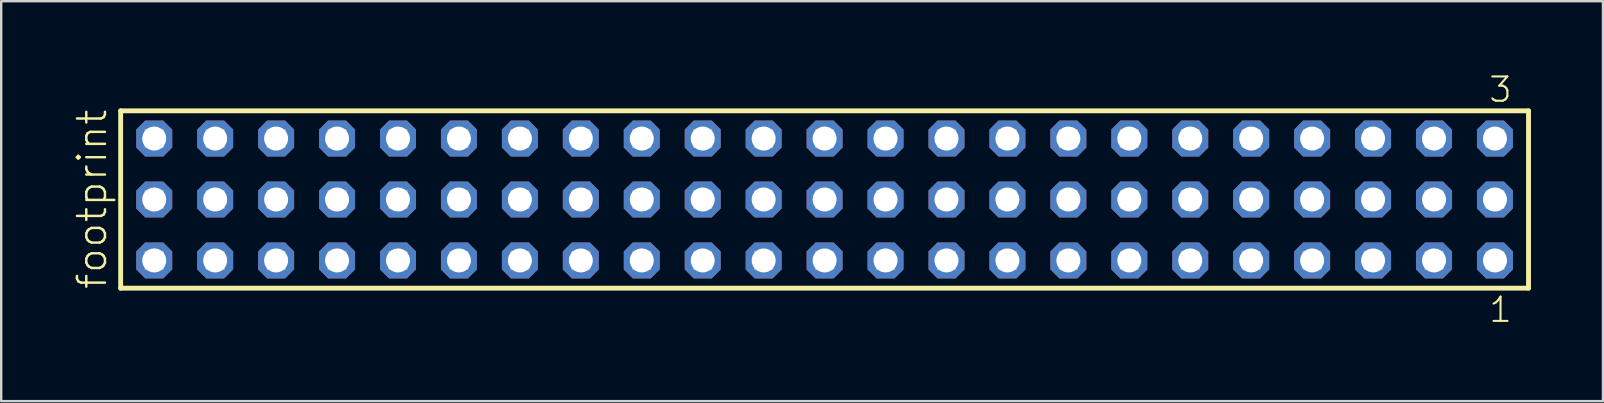
<source format=kicad_pcb>
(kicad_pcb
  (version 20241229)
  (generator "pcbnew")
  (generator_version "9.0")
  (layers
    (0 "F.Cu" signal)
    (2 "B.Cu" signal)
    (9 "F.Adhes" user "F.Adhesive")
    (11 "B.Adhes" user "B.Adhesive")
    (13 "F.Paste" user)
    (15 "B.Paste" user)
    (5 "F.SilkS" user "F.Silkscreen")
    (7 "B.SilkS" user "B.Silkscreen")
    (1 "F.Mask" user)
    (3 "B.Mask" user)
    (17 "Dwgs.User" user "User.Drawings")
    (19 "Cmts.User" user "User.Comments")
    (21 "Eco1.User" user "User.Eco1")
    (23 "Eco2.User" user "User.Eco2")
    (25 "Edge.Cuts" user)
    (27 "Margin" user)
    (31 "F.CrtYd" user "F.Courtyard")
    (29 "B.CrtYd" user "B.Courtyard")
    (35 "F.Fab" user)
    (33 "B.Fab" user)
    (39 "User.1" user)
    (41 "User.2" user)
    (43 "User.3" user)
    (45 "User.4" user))
  (footprint "footprint"
    (layer "F.Cu")
    (at 31.318 5.265)
    (property "Reference" "footprint" (at -29.845 3.81 90) (layer "F.SilkS") (effects (font (size 1.168 1.168) (thickness 0.102)) (justify left bottom)))
    (fp_line (start -29.339 -3.695) (end 29.339 -3.695) (stroke (width 0.203) (type solid)) (layer "F.SilkS"))
    (fp_line (start -29.339 3.695) (end -29.339 -3.695) (stroke (width 0.203) (type solid)) (layer "F.SilkS"))
    (fp_line (start 29.339 -3.695) (end 29.339 3.695) (stroke (width 0.203) (type solid)) (layer "F.SilkS"))
    (fp_line (start 29.339 3.695) (end -29.339 3.695) (stroke (width 0.203) (type solid)) (layer "F.SilkS"))
    (fp_poly (pts (xy -28.29 -2.19) (xy -27.59 -2.19) (xy -27.59 -2.89) (xy -28.29 -2.89)) (stroke (width 0.1) (type solid)) (fill no) (layer "F.Fab"))
    (fp_poly (pts (xy -28.29 0.35) (xy -27.59 0.35) (xy -27.59 -0.35) (xy -28.29 -0.35)) (stroke (width 0.1) (type solid)) (fill no) (layer "F.Fab"))
    (fp_poly (pts (xy -28.29 2.89) (xy -27.59 2.89) (xy -27.59 2.19) (xy -28.29 2.19)) (stroke (width 0.1) (type solid)) (fill no) (layer "F.Fab"))
    (fp_poly (pts (xy -25.75 -2.19) (xy -25.05 -2.19) (xy -25.05 -2.89) (xy -25.75 -2.89)) (stroke (width 0.1) (type solid)) (fill no) (layer "F.Fab"))
    (fp_poly (pts (xy -25.75 0.35) (xy -25.05 0.35) (xy -25.05 -0.35) (xy -25.75 -0.35)) (stroke (width 0.1) (type solid)) (fill no) (layer "F.Fab"))
    (fp_poly (pts (xy -25.75 2.89) (xy -25.05 2.89) (xy -25.05 2.19) (xy -25.75 2.19)) (stroke (width 0.1) (type solid)) (fill no) (layer "F.Fab"))
    (fp_poly (pts (xy -23.21 -2.19) (xy -22.51 -2.19) (xy -22.51 -2.89) (xy -23.21 -2.89)) (stroke (width 0.1) (type solid)) (fill no) (layer "F.Fab"))
    (fp_poly (pts (xy -23.21 0.35) (xy -22.51 0.35) (xy -22.51 -0.35) (xy -23.21 -0.35)) (stroke (width 0.1) (type solid)) (fill no) (layer "F.Fab"))
    (fp_poly (pts (xy -23.21 2.89) (xy -22.51 2.89) (xy -22.51 2.19) (xy -23.21 2.19)) (stroke (width 0.1) (type solid)) (fill no) (layer "F.Fab"))
    (fp_poly (pts (xy -20.67 -2.19) (xy -19.97 -2.19) (xy -19.97 -2.89) (xy -20.67 -2.89)) (stroke (width 0.1) (type solid)) (fill no) (layer "F.Fab"))
    (fp_poly (pts (xy -20.67 0.35) (xy -19.97 0.35) (xy -19.97 -0.35) (xy -20.67 -0.35)) (stroke (width 0.1) (type solid)) (fill no) (layer "F.Fab"))
    (fp_poly (pts (xy -20.67 2.89) (xy -19.97 2.89) (xy -19.97 2.19) (xy -20.67 2.19)) (stroke (width 0.1) (type solid)) (fill no) (layer "F.Fab"))
    (fp_poly (pts (xy -18.13 -2.19) (xy -17.43 -2.19) (xy -17.43 -2.89) (xy -18.13 -2.89)) (stroke (width 0.1) (type solid)) (fill no) (layer "F.Fab"))
    (fp_poly (pts (xy -18.13 0.35) (xy -17.43 0.35) (xy -17.43 -0.35) (xy -18.13 -0.35)) (stroke (width 0.1) (type solid)) (fill no) (layer "F.Fab"))
    (fp_poly (pts (xy -18.13 2.89) (xy -17.43 2.89) (xy -17.43 2.19) (xy -18.13 2.19)) (stroke (width 0.1) (type solid)) (fill no) (layer "F.Fab"))
    (fp_poly (pts (xy -15.59 -2.19) (xy -14.89 -2.19) (xy -14.89 -2.89) (xy -15.59 -2.89)) (stroke (width 0.1) (type solid)) (fill no) (layer "F.Fab"))
    (fp_poly (pts (xy -15.59 0.35) (xy -14.89 0.35) (xy -14.89 -0.35) (xy -15.59 -0.35)) (stroke (width 0.1) (type solid)) (fill no) (layer "F.Fab"))
    (fp_poly (pts (xy -15.59 2.89) (xy -14.89 2.89) (xy -14.89 2.19) (xy -15.59 2.19)) (stroke (width 0.1) (type solid)) (fill no) (layer "F.Fab"))
    (fp_poly (pts (xy -13.05 -2.19) (xy -12.35 -2.19) (xy -12.35 -2.89) (xy -13.05 -2.89)) (stroke (width 0.1) (type solid)) (fill no) (layer "F.Fab"))
    (fp_poly (pts (xy -13.05 0.35) (xy -12.35 0.35) (xy -12.35 -0.35) (xy -13.05 -0.35)) (stroke (width 0.1) (type solid)) (fill no) (layer "F.Fab"))
    (fp_poly (pts (xy -13.05 2.89) (xy -12.35 2.89) (xy -12.35 2.19) (xy -13.05 2.19)) (stroke (width 0.1) (type solid)) (fill no) (layer "F.Fab"))
    (fp_poly (pts (xy -10.51 -2.19) (xy -9.81 -2.19) (xy -9.81 -2.89) (xy -10.51 -2.89)) (stroke (width 0.1) (type solid)) (fill no) (layer "F.Fab"))
    (fp_poly (pts (xy -10.51 0.35) (xy -9.81 0.35) (xy -9.81 -0.35) (xy -10.51 -0.35)) (stroke (width 0.1) (type solid)) (fill no) (layer "F.Fab"))
    (fp_poly (pts (xy -10.51 2.89) (xy -9.81 2.89) (xy -9.81 2.19) (xy -10.51 2.19)) (stroke (width 0.1) (type solid)) (fill no) (layer "F.Fab"))
    (fp_poly (pts (xy -7.97 -2.19) (xy -7.27 -2.19) (xy -7.27 -2.89) (xy -7.97 -2.89)) (stroke (width 0.1) (type solid)) (fill no) (layer "F.Fab"))
    (fp_poly (pts (xy -7.97 0.35) (xy -7.27 0.35) (xy -7.27 -0.35) (xy -7.97 -0.35)) (stroke (width 0.1) (type solid)) (fill no) (layer "F.Fab"))
    (fp_poly (pts (xy -7.97 2.89) (xy -7.27 2.89) (xy -7.27 2.19) (xy -7.97 2.19)) (stroke (width 0.1) (type solid)) (fill no) (layer "F.Fab"))
    (fp_poly (pts (xy -5.43 -2.19) (xy -4.73 -2.19) (xy -4.73 -2.89) (xy -5.43 -2.89)) (stroke (width 0.1) (type solid)) (fill no) (layer "F.Fab"))
    (fp_poly (pts (xy -5.43 0.35) (xy -4.73 0.35) (xy -4.73 -0.35) (xy -5.43 -0.35)) (stroke (width 0.1) (type solid)) (fill no) (layer "F.Fab"))
    (fp_poly (pts (xy -5.43 2.89) (xy -4.73 2.89) (xy -4.73 2.19) (xy -5.43 2.19)) (stroke (width 0.1) (type solid)) (fill no) (layer "F.Fab"))
    (fp_poly (pts (xy -2.89 -2.19) (xy -2.19 -2.19) (xy -2.19 -2.89) (xy -2.89 -2.89)) (stroke (width 0.1) (type solid)) (fill no) (layer "F.Fab"))
    (fp_poly (pts (xy -2.89 0.35) (xy -2.19 0.35) (xy -2.19 -0.35) (xy -2.89 -0.35)) (stroke (width 0.1) (type solid)) (fill no) (layer "F.Fab"))
    (fp_poly (pts (xy -2.89 2.89) (xy -2.19 2.89) (xy -2.19 2.19) (xy -2.89 2.19)) (stroke (width 0.1) (type solid)) (fill no) (layer "F.Fab"))
    (fp_poly (pts (xy -0.35 -2.19) (xy 0.35 -2.19) (xy 0.35 -2.89) (xy -0.35 -2.89)) (stroke (width 0.1) (type solid)) (fill no) (layer "F.Fab"))
    (fp_poly (pts (xy -0.35 0.35) (xy 0.35 0.35) (xy 0.35 -0.35) (xy -0.35 -0.35)) (stroke (width 0.1) (type solid)) (fill no) (layer "F.Fab"))
    (fp_poly (pts (xy -0.35 2.89) (xy 0.35 2.89) (xy 0.35 2.19) (xy -0.35 2.19)) (stroke (width 0.1) (type solid)) (fill no) (layer "F.Fab"))
    (fp_poly (pts (xy 2.19 -2.19) (xy 2.89 -2.19) (xy 2.89 -2.89) (xy 2.19 -2.89)) (stroke (width 0.1) (type solid)) (fill no) (layer "F.Fab"))
    (fp_poly (pts (xy 2.19 0.35) (xy 2.89 0.35) (xy 2.89 -0.35) (xy 2.19 -0.35)) (stroke (width 0.1) (type solid)) (fill no) (layer "F.Fab"))
    (fp_poly (pts (xy 2.19 2.89) (xy 2.89 2.89) (xy 2.89 2.19) (xy 2.19 2.19)) (stroke (width 0.1) (type solid)) (fill no) (layer "F.Fab"))
    (fp_poly (pts (xy 4.73 -2.19) (xy 5.43 -2.19) (xy 5.43 -2.89) (xy 4.73 -2.89)) (stroke (width 0.1) (type solid)) (fill no) (layer "F.Fab"))
    (fp_poly (pts (xy 4.73 0.35) (xy 5.43 0.35) (xy 5.43 -0.35) (xy 4.73 -0.35)) (stroke (width 0.1) (type solid)) (fill no) (layer "F.Fab"))
    (fp_poly (pts (xy 4.73 2.89) (xy 5.43 2.89) (xy 5.43 2.19) (xy 4.73 2.19)) (stroke (width 0.1) (type solid)) (fill no) (layer "F.Fab"))
    (fp_poly (pts (xy 7.27 -2.19) (xy 7.97 -2.19) (xy 7.97 -2.89) (xy 7.27 -2.89)) (stroke (width 0.1) (type solid)) (fill no) (layer "F.Fab"))
    (fp_poly (pts (xy 7.27 0.35) (xy 7.97 0.35) (xy 7.97 -0.35) (xy 7.27 -0.35)) (stroke (width 0.1) (type solid)) (fill no) (layer "F.Fab"))
    (fp_poly (pts (xy 7.27 2.89) (xy 7.97 2.89) (xy 7.97 2.19) (xy 7.27 2.19)) (stroke (width 0.1) (type solid)) (fill no) (layer "F.Fab"))
    (fp_poly (pts (xy 9.81 -2.19) (xy 10.51 -2.19) (xy 10.51 -2.89) (xy 9.81 -2.89)) (stroke (width 0.1) (type solid)) (fill no) (layer "F.Fab"))
    (fp_poly (pts (xy 9.81 0.35) (xy 10.51 0.35) (xy 10.51 -0.35) (xy 9.81 -0.35)) (stroke (width 0.1) (type solid)) (fill no) (layer "F.Fab"))
    (fp_poly (pts (xy 9.81 2.89) (xy 10.51 2.89) (xy 10.51 2.19) (xy 9.81 2.19)) (stroke (width 0.1) (type solid)) (fill no) (layer "F.Fab"))
    (fp_poly (pts (xy 12.35 -2.19) (xy 13.05 -2.19) (xy 13.05 -2.89) (xy 12.35 -2.89)) (stroke (width 0.1) (type solid)) (fill no) (layer "F.Fab"))
    (fp_poly (pts (xy 12.35 0.35) (xy 13.05 0.35) (xy 13.05 -0.35) (xy 12.35 -0.35)) (stroke (width 0.1) (type solid)) (fill no) (layer "F.Fab"))
    (fp_poly (pts (xy 12.35 2.89) (xy 13.05 2.89) (xy 13.05 2.19) (xy 12.35 2.19)) (stroke (width 0.1) (type solid)) (fill no) (layer "F.Fab"))
    (fp_poly (pts (xy 14.89 -2.19) (xy 15.59 -2.19) (xy 15.59 -2.89) (xy 14.89 -2.89)) (stroke (width 0.1) (type solid)) (fill no) (layer "F.Fab"))
    (fp_poly (pts (xy 14.89 0.35) (xy 15.59 0.35) (xy 15.59 -0.35) (xy 14.89 -0.35)) (stroke (width 0.1) (type solid)) (fill no) (layer "F.Fab"))
    (fp_poly (pts (xy 14.89 2.89) (xy 15.59 2.89) (xy 15.59 2.19) (xy 14.89 2.19)) (stroke (width 0.1) (type solid)) (fill no) (layer "F.Fab"))
    (fp_poly (pts (xy 17.43 -2.19) (xy 18.13 -2.19) (xy 18.13 -2.89) (xy 17.43 -2.89)) (stroke (width 0.1) (type solid)) (fill no) (layer "F.Fab"))
    (fp_poly (pts (xy 17.43 0.35) (xy 18.13 0.35) (xy 18.13 -0.35) (xy 17.43 -0.35)) (stroke (width 0.1) (type solid)) (fill no) (layer "F.Fab"))
    (fp_poly (pts (xy 17.43 2.89) (xy 18.13 2.89) (xy 18.13 2.19) (xy 17.43 2.19)) (stroke (width 0.1) (type solid)) (fill no) (layer "F.Fab"))
    (fp_poly (pts (xy 19.97 -2.19) (xy 20.67 -2.19) (xy 20.67 -2.89) (xy 19.97 -2.89)) (stroke (width 0.1) (type solid)) (fill no) (layer "F.Fab"))
    (fp_poly (pts (xy 19.97 0.35) (xy 20.67 0.35) (xy 20.67 -0.35) (xy 19.97 -0.35)) (stroke (width 0.1) (type solid)) (fill no) (layer "F.Fab"))
    (fp_poly (pts (xy 19.97 2.89) (xy 20.67 2.89) (xy 20.67 2.19) (xy 19.97 2.19)) (stroke (width 0.1) (type solid)) (fill no) (layer "F.Fab"))
    (fp_poly (pts (xy 22.51 -2.19) (xy 23.21 -2.19) (xy 23.21 -2.89) (xy 22.51 -2.89)) (stroke (width 0.1) (type solid)) (fill no) (layer "F.Fab"))
    (fp_poly (pts (xy 22.51 0.35) (xy 23.21 0.35) (xy 23.21 -0.35) (xy 22.51 -0.35)) (stroke (width 0.1) (type solid)) (fill no) (layer "F.Fab"))
    (fp_poly (pts (xy 22.51 2.89) (xy 23.21 2.89) (xy 23.21 2.19) (xy 22.51 2.19)) (stroke (width 0.1) (type solid)) (fill no) (layer "F.Fab"))
    (fp_poly (pts (xy 25.05 -2.19) (xy 25.75 -2.19) (xy 25.75 -2.89) (xy 25.05 -2.89)) (stroke (width 0.1) (type solid)) (fill no) (layer "F.Fab"))
    (fp_poly (pts (xy 25.05 0.35) (xy 25.75 0.35) (xy 25.75 -0.35) (xy 25.05 -0.35)) (stroke (width 0.1) (type solid)) (fill no) (layer "F.Fab"))
    (fp_poly (pts (xy 25.05 2.89) (xy 25.75 2.89) (xy 25.75 2.19) (xy 25.05 2.19)) (stroke (width 0.1) (type solid)) (fill no) (layer "F.Fab"))
    (fp_poly (pts (xy 27.59 -2.19) (xy 28.29 -2.19) (xy 28.29 -2.89) (xy 27.59 -2.89)) (stroke (width 0.1) (type solid)) (fill no) (layer "F.Fab"))
    (fp_poly (pts (xy 27.59 0.35) (xy 28.29 0.35) (xy 28.29 -0.35) (xy 27.59 -0.35)) (stroke (width 0.1) (type solid)) (fill no) (layer "F.Fab"))
    (fp_poly (pts (xy 27.59 2.89) (xy 28.29 2.89) (xy 28.29 2.19) (xy 27.59 2.19)) (stroke (width 0.1) (type solid)) (fill no) (layer "F.Fab"))
    (fp_text user "3" (at 27.628 -3.989 0) (layer "F.SilkS") (effects (font (size 1.012 1.012) (thickness 0.088)) (justify left bottom)))
    (fp_text user "1" (at 27.632 5.188 0) (layer "F.SilkS") (effects (font (size 1.012 1.012) (thickness 0.088)) (justify left bottom)))
    (pad "1" thru_hole roundrect (at 27.94 2.54 180) (size 1.5 1.5) (drill 1) (layers "*.Cu" "*.Mask") (roundrect_rratio 0.25) (chamfer_ratio 0.25) (chamfer top_left top_right bottom_left bottom_right))
    (pad "2" thru_hole roundrect (at 27.94 0 180) (size 1.5 1.5) (drill 1) (layers "*.Cu" "*.Mask") (roundrect_rratio 0.25) (chamfer_ratio 0.25) (chamfer top_left top_right bottom_left bottom_right))
    (pad "3" thru_hole roundrect (at 27.94 -2.54 180) (size 1.5 1.5) (drill 1) (layers "*.Cu" "*.Mask") (roundrect_rratio 0.25) (chamfer_ratio 0.25) (chamfer top_left top_right bottom_left bottom_right))
    (pad "4" thru_hole roundrect (at 25.4 2.54 180) (size 1.5 1.5) (drill 1) (layers "*.Cu" "*.Mask") (roundrect_rratio 0.25) (chamfer_ratio 0.25) (chamfer top_left top_right bottom_left bottom_right))
    (pad "5" thru_hole roundrect (at 25.4 0 180) (size 1.5 1.5) (drill 1) (layers "*.Cu" "*.Mask") (roundrect_rratio 0.25) (chamfer_ratio 0.25) (chamfer top_left top_right bottom_left bottom_right))
    (pad "6" thru_hole roundrect (at 25.4 -2.54 180) (size 1.5 1.5) (drill 1) (layers "*.Cu" "*.Mask") (roundrect_rratio 0.25) (chamfer_ratio 0.25) (chamfer top_left top_right bottom_left bottom_right))
    (pad "7" thru_hole roundrect (at 22.86 2.54 180) (size 1.5 1.5) (drill 1) (layers "*.Cu" "*.Mask") (roundrect_rratio 0.25) (chamfer_ratio 0.25) (chamfer top_left top_right bottom_left bottom_right))
    (pad "8" thru_hole roundrect (at 22.86 0 180) (size 1.5 1.5) (drill 1) (layers "*.Cu" "*.Mask") (roundrect_rratio 0.25) (chamfer_ratio 0.25) (chamfer top_left top_right bottom_left bottom_right))
    (pad "9" thru_hole roundrect (at 22.86 -2.54 180) (size 1.5 1.5) (drill 1) (layers "*.Cu" "*.Mask") (roundrect_rratio 0.25) (chamfer_ratio 0.25) (chamfer top_left top_right bottom_left bottom_right))
    (pad "10" thru_hole roundrect (at 20.32 2.54 180) (size 1.5 1.5) (drill 1) (layers "*.Cu" "*.Mask") (roundrect_rratio 0.25) (chamfer_ratio 0.25) (chamfer top_left top_right bottom_left bottom_right))
    (pad "11" thru_hole roundrect (at 20.32 0 180) (size 1.5 1.5) (drill 1) (layers "*.Cu" "*.Mask") (roundrect_rratio 0.25) (chamfer_ratio 0.25) (chamfer top_left top_right bottom_left bottom_right))
    (pad "12" thru_hole roundrect (at 20.32 -2.54 180) (size 1.5 1.5) (drill 1) (layers "*.Cu" "*.Mask") (roundrect_rratio 0.25) (chamfer_ratio 0.25) (chamfer top_left top_right bottom_left bottom_right))
    (pad "13" thru_hole roundrect (at 17.78 2.54 180) (size 1.5 1.5) (drill 1) (layers "*.Cu" "*.Mask") (roundrect_rratio 0.25) (chamfer_ratio 0.25) (chamfer top_left top_right bottom_left bottom_right))
    (pad "14" thru_hole roundrect (at 17.78 0 180) (size 1.5 1.5) (drill 1) (layers "*.Cu" "*.Mask") (roundrect_rratio 0.25) (chamfer_ratio 0.25) (chamfer top_left top_right bottom_left bottom_right))
    (pad "15" thru_hole roundrect (at 17.78 -2.54 180) (size 1.5 1.5) (drill 1) (layers "*.Cu" "*.Mask") (roundrect_rratio 0.25) (chamfer_ratio 0.25) (chamfer top_left top_right bottom_left bottom_right))
    (pad "16" thru_hole roundrect (at 15.24 2.54 180) (size 1.5 1.5) (drill 1) (layers "*.Cu" "*.Mask") (roundrect_rratio 0.25) (chamfer_ratio 0.25) (chamfer top_left top_right bottom_left bottom_right))
    (pad "17" thru_hole roundrect (at 15.24 0 180) (size 1.5 1.5) (drill 1) (layers "*.Cu" "*.Mask") (roundrect_rratio 0.25) (chamfer_ratio 0.25) (chamfer top_left top_right bottom_left bottom_right))
    (pad "18" thru_hole roundrect (at 15.24 -2.54 180) (size 1.5 1.5) (drill 1) (layers "*.Cu" "*.Mask") (roundrect_rratio 0.25) (chamfer_ratio 0.25) (chamfer top_left top_right bottom_left bottom_right))
    (pad "19" thru_hole roundrect (at 12.7 2.54 180) (size 1.5 1.5) (drill 1) (layers "*.Cu" "*.Mask") (roundrect_rratio 0.25) (chamfer_ratio 0.25) (chamfer top_left top_right bottom_left bottom_right))
    (pad "20" thru_hole roundrect (at 12.7 0 180) (size 1.5 1.5) (drill 1) (layers "*.Cu" "*.Mask") (roundrect_rratio 0.25) (chamfer_ratio 0.25) (chamfer top_left top_right bottom_left bottom_right))
    (pad "21" thru_hole roundrect (at 12.7 -2.54 180) (size 1.5 1.5) (drill 1) (layers "*.Cu" "*.Mask") (roundrect_rratio 0.25) (chamfer_ratio 0.25) (chamfer top_left top_right bottom_left bottom_right))
    (pad "22" thru_hole roundrect (at 10.16 2.54 180) (size 1.5 1.5) (drill 1) (layers "*.Cu" "*.Mask") (roundrect_rratio 0.25) (chamfer_ratio 0.25) (chamfer top_left top_right bottom_left bottom_right))
    (pad "23" thru_hole roundrect (at 10.16 0 180) (size 1.5 1.5) (drill 1) (layers "*.Cu" "*.Mask") (roundrect_rratio 0.25) (chamfer_ratio 0.25) (chamfer top_left top_right bottom_left bottom_right))
    (pad "24" thru_hole roundrect (at 10.16 -2.54 180) (size 1.5 1.5) (drill 1) (layers "*.Cu" "*.Mask") (roundrect_rratio 0.25) (chamfer_ratio 0.25) (chamfer top_left top_right bottom_left bottom_right))
    (pad "25" thru_hole roundrect (at 7.62 2.54 180) (size 1.5 1.5) (drill 1) (layers "*.Cu" "*.Mask") (roundrect_rratio 0.25) (chamfer_ratio 0.25) (chamfer top_left top_right bottom_left bottom_right))
    (pad "26" thru_hole roundrect (at 7.62 0 180) (size 1.5 1.5) (drill 1) (layers "*.Cu" "*.Mask") (roundrect_rratio 0.25) (chamfer_ratio 0.25) (chamfer top_left top_right bottom_left bottom_right))
    (pad "27" thru_hole roundrect (at 7.62 -2.54 180) (size 1.5 1.5) (drill 1) (layers "*.Cu" "*.Mask") (roundrect_rratio 0.25) (chamfer_ratio 0.25) (chamfer top_left top_right bottom_left bottom_right))
    (pad "28" thru_hole roundrect (at 5.08 2.54 180) (size 1.5 1.5) (drill 1) (layers "*.Cu" "*.Mask") (roundrect_rratio 0.25) (chamfer_ratio 0.25) (chamfer top_left top_right bottom_left bottom_right))
    (pad "29" thru_hole roundrect (at 5.08 0 180) (size 1.5 1.5) (drill 1) (layers "*.Cu" "*.Mask") (roundrect_rratio 0.25) (chamfer_ratio 0.25) (chamfer top_left top_right bottom_left bottom_right))
    (pad "30" thru_hole roundrect (at 5.08 -2.54 180) (size 1.5 1.5) (drill 1) (layers "*.Cu" "*.Mask") (roundrect_rratio 0.25) (chamfer_ratio 0.25) (chamfer top_left top_right bottom_left bottom_right))
    (pad "31" thru_hole roundrect (at 2.54 2.54 180) (size 1.5 1.5) (drill 1) (layers "*.Cu" "*.Mask") (roundrect_rratio 0.25) (chamfer_ratio 0.25) (chamfer top_left top_right bottom_left bottom_right))
    (pad "32" thru_hole roundrect (at 2.54 0 180) (size 1.5 1.5) (drill 1) (layers "*.Cu" "*.Mask") (roundrect_rratio 0.25) (chamfer_ratio 0.25) (chamfer top_left top_right bottom_left bottom_right))
    (pad "33" thru_hole roundrect (at 2.54 -2.54 180) (size 1.5 1.5) (drill 1) (layers "*.Cu" "*.Mask") (roundrect_rratio 0.25) (chamfer_ratio 0.25) (chamfer top_left top_right bottom_left bottom_right))
    (pad "34" thru_hole roundrect (at 0 2.54 180) (size 1.5 1.5) (drill 1) (layers "*.Cu" "*.Mask") (roundrect_rratio 0.25) (chamfer_ratio 0.25) (chamfer top_left top_right bottom_left bottom_right))
    (pad "35" thru_hole roundrect (at 0 0 180) (size 1.5 1.5) (drill 1) (layers "*.Cu" "*.Mask") (roundrect_rratio 0.25) (chamfer_ratio 0.25) (chamfer top_left top_right bottom_left bottom_right))
    (pad "36" thru_hole roundrect (at 0 -2.54 180) (size 1.5 1.5) (drill 1) (layers "*.Cu" "*.Mask") (roundrect_rratio 0.25) (chamfer_ratio 0.25) (chamfer top_left top_right bottom_left bottom_right))
    (pad "37" thru_hole roundrect (at -2.54 2.54 180) (size 1.5 1.5) (drill 1) (layers "*.Cu" "*.Mask") (roundrect_rratio 0.25) (chamfer_ratio 0.25) (chamfer top_left top_right bottom_left bottom_right))
    (pad "38" thru_hole roundrect (at -2.54 0 180) (size 1.5 1.5) (drill 1) (layers "*.Cu" "*.Mask") (roundrect_rratio 0.25) (chamfer_ratio 0.25) (chamfer top_left top_right bottom_left bottom_right))
    (pad "39" thru_hole roundrect (at -2.54 -2.54 180) (size 1.5 1.5) (drill 1) (layers "*.Cu" "*.Mask") (roundrect_rratio 0.25) (chamfer_ratio 0.25) (chamfer top_left top_right bottom_left bottom_right))
    (pad "40" thru_hole roundrect (at -5.08 2.54 180) (size 1.5 1.5) (drill 1) (layers "*.Cu" "*.Mask") (roundrect_rratio 0.25) (chamfer_ratio 0.25) (chamfer top_left top_right bottom_left bottom_right))
    (pad "41" thru_hole roundrect (at -5.08 0 180) (size 1.5 1.5) (drill 1) (layers "*.Cu" "*.Mask") (roundrect_rratio 0.25) (chamfer_ratio 0.25) (chamfer top_left top_right bottom_left bottom_right))
    (pad "42" thru_hole roundrect (at -5.08 -2.54 180) (size 1.5 1.5) (drill 1) (layers "*.Cu" "*.Mask") (roundrect_rratio 0.25) (chamfer_ratio 0.25) (chamfer top_left top_right bottom_left bottom_right))
    (pad "43" thru_hole roundrect (at -7.62 2.54 180) (size 1.5 1.5) (drill 1) (layers "*.Cu" "*.Mask") (roundrect_rratio 0.25) (chamfer_ratio 0.25) (chamfer top_left top_right bottom_left bottom_right))
    (pad "44" thru_hole roundrect (at -7.62 0 180) (size 1.5 1.5) (drill 1) (layers "*.Cu" "*.Mask") (roundrect_rratio 0.25) (chamfer_ratio 0.25) (chamfer top_left top_right bottom_left bottom_right))
    (pad "45" thru_hole roundrect (at -7.62 -2.54 180) (size 1.5 1.5) (drill 1) (layers "*.Cu" "*.Mask") (roundrect_rratio 0.25) (chamfer_ratio 0.25) (chamfer top_left top_right bottom_left bottom_right))
    (pad "46" thru_hole roundrect (at -10.16 2.54 180) (size 1.5 1.5) (drill 1) (layers "*.Cu" "*.Mask") (roundrect_rratio 0.25) (chamfer_ratio 0.25) (chamfer top_left top_right bottom_left bottom_right))
    (pad "47" thru_hole roundrect (at -10.16 0 180) (size 1.5 1.5) (drill 1) (layers "*.Cu" "*.Mask") (roundrect_rratio 0.25) (chamfer_ratio 0.25) (chamfer top_left top_right bottom_left bottom_right))
    (pad "48" thru_hole roundrect (at -10.16 -2.54 180) (size 1.5 1.5) (drill 1) (layers "*.Cu" "*.Mask") (roundrect_rratio 0.25) (chamfer_ratio 0.25) (chamfer top_left top_right bottom_left bottom_right))
    (pad "49" thru_hole roundrect (at -12.7 2.54 180) (size 1.5 1.5) (drill 1) (layers "*.Cu" "*.Mask") (roundrect_rratio 0.25) (chamfer_ratio 0.25) (chamfer top_left top_right bottom_left bottom_right))
    (pad "50" thru_hole roundrect (at -12.7 0 180) (size 1.5 1.5) (drill 1) (layers "*.Cu" "*.Mask") (roundrect_rratio 0.25) (chamfer_ratio 0.25) (chamfer top_left top_right bottom_left bottom_right))
    (pad "51" thru_hole roundrect (at -12.7 -2.54 180) (size 1.5 1.5) (drill 1) (layers "*.Cu" "*.Mask") (roundrect_rratio 0.25) (chamfer_ratio 0.25) (chamfer top_left top_right bottom_left bottom_right))
    (pad "52" thru_hole roundrect (at -15.24 2.54 180) (size 1.5 1.5) (drill 1) (layers "*.Cu" "*.Mask") (roundrect_rratio 0.25) (chamfer_ratio 0.25) (chamfer top_left top_right bottom_left bottom_right))
    (pad "53" thru_hole roundrect (at -15.24 0 180) (size 1.5 1.5) (drill 1) (layers "*.Cu" "*.Mask") (roundrect_rratio 0.25) (chamfer_ratio 0.25) (chamfer top_left top_right bottom_left bottom_right))
    (pad "54" thru_hole roundrect (at -15.24 -2.54 180) (size 1.5 1.5) (drill 1) (layers "*.Cu" "*.Mask") (roundrect_rratio 0.25) (chamfer_ratio 0.25) (chamfer top_left top_right bottom_left bottom_right))
    (pad "55" thru_hole roundrect (at -17.78 2.54 180) (size 1.5 1.5) (drill 1) (layers "*.Cu" "*.Mask") (roundrect_rratio 0.25) (chamfer_ratio 0.25) (chamfer top_left top_right bottom_left bottom_right))
    (pad "56" thru_hole roundrect (at -17.78 0 180) (size 1.5 1.5) (drill 1) (layers "*.Cu" "*.Mask") (roundrect_rratio 0.25) (chamfer_ratio 0.25) (chamfer top_left top_right bottom_left bottom_right))
    (pad "57" thru_hole roundrect (at -17.78 -2.54 180) (size 1.5 1.5) (drill 1) (layers "*.Cu" "*.Mask") (roundrect_rratio 0.25) (chamfer_ratio 0.25) (chamfer top_left top_right bottom_left bottom_right))
    (pad "58" thru_hole roundrect (at -20.32 2.54 180) (size 1.5 1.5) (drill 1) (layers "*.Cu" "*.Mask") (roundrect_rratio 0.25) (chamfer_ratio 0.25) (chamfer top_left top_right bottom_left bottom_right))
    (pad "59" thru_hole roundrect (at -20.32 0 180) (size 1.5 1.5) (drill 1) (layers "*.Cu" "*.Mask") (roundrect_rratio 0.25) (chamfer_ratio 0.25) (chamfer top_left top_right bottom_left bottom_right))
    (pad "60" thru_hole roundrect (at -20.32 -2.54 180) (size 1.5 1.5) (drill 1) (layers "*.Cu" "*.Mask") (roundrect_rratio 0.25) (chamfer_ratio 0.25) (chamfer top_left top_right bottom_left bottom_right))
    (pad "61" thru_hole roundrect (at -22.86 2.54 180) (size 1.5 1.5) (drill 1) (layers "*.Cu" "*.Mask") (roundrect_rratio 0.25) (chamfer_ratio 0.25) (chamfer top_left top_right bottom_left bottom_right))
    (pad "62" thru_hole roundrect (at -22.86 0 180) (size 1.5 1.5) (drill 1) (layers "*.Cu" "*.Mask") (roundrect_rratio 0.25) (chamfer_ratio 0.25) (chamfer top_left top_right bottom_left bottom_right))
    (pad "63" thru_hole roundrect (at -22.86 -2.54 180) (size 1.5 1.5) (drill 1) (layers "*.Cu" "*.Mask") (roundrect_rratio 0.25) (chamfer_ratio 0.25) (chamfer top_left top_right bottom_left bottom_right))
    (pad "64" thru_hole roundrect (at -25.4 2.54 180) (size 1.5 1.5) (drill 1) (layers "*.Cu" "*.Mask") (roundrect_rratio 0.25) (chamfer_ratio 0.25) (chamfer top_left top_right bottom_left bottom_right))
    (pad "65" thru_hole roundrect (at -25.4 0 180) (size 1.5 1.5) (drill 1) (layers "*.Cu" "*.Mask") (roundrect_rratio 0.25) (chamfer_ratio 0.25) (chamfer top_left top_right bottom_left bottom_right))
    (pad "66" thru_hole roundrect (at -25.4 -2.54 180) (size 1.5 1.5) (drill 1) (layers "*.Cu" "*.Mask") (roundrect_rratio 0.25) (chamfer_ratio 0.25) (chamfer top_left top_right bottom_left bottom_right))
    (pad "67" thru_hole roundrect (at -27.94 2.54 180) (size 1.5 1.5) (drill 1) (layers "*.Cu" "*.Mask") (roundrect_rratio 0.25) (chamfer_ratio 0.25) (chamfer top_left top_right bottom_left bottom_right))
    (pad "68" thru_hole roundrect (at -27.94 0 180) (size 1.5 1.5) (drill 1) (layers "*.Cu" "*.Mask") (roundrect_rratio 0.25) (chamfer_ratio 0.25) (chamfer top_left top_right bottom_left bottom_right))
    (pad "69" thru_hole roundrect (at -27.94 -2.54 180) (size 1.5 1.5) (drill 1) (layers "*.Cu" "*.Mask") (roundrect_rratio 0.25) (chamfer_ratio 0.25) (chamfer top_left top_right bottom_left bottom_right)))
  (gr_rect
    (start -3 -3)
    (end 63.759 13.67)
    (stroke (width 0.1) (type default))
    (fill no)
    (layer "Edge.Cuts")))
</source>
